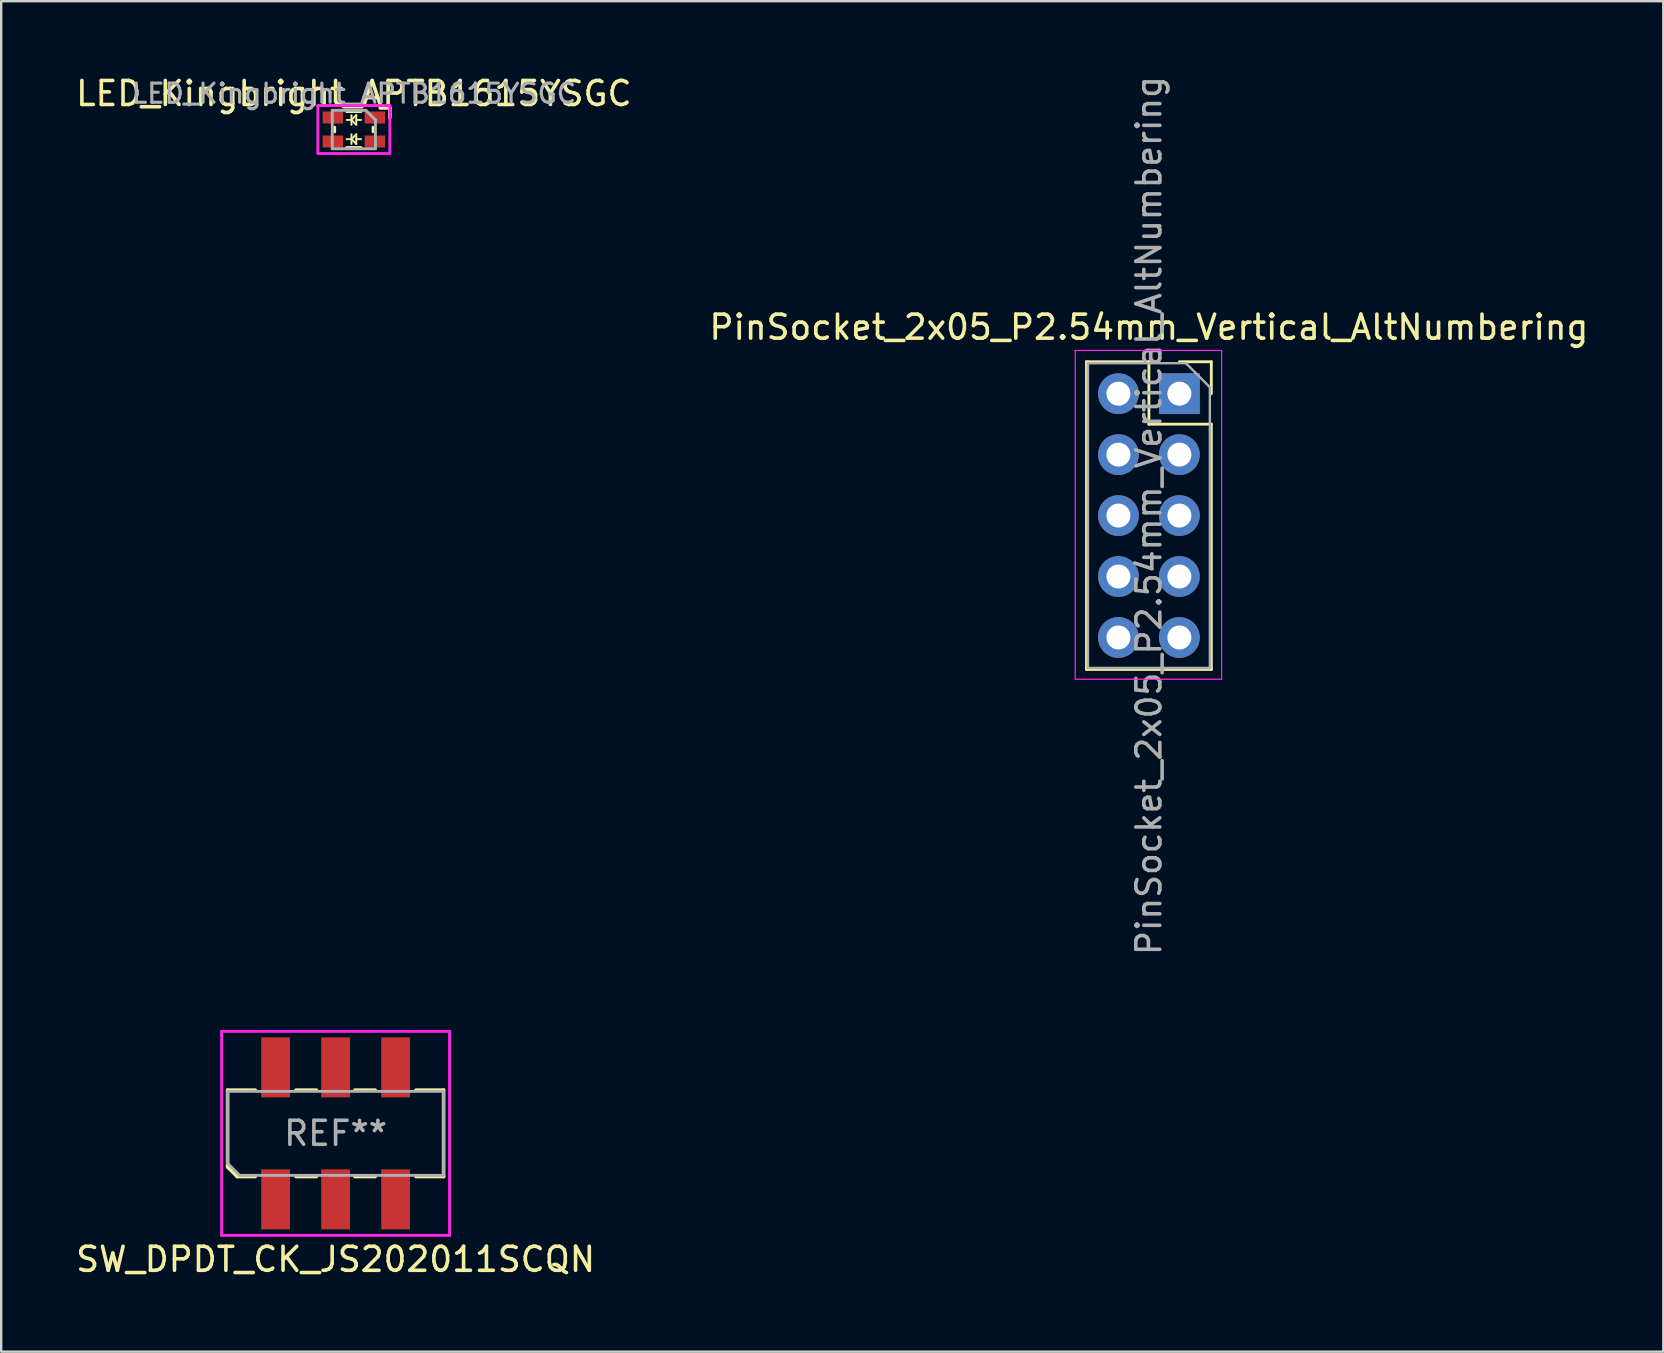
<source format=kicad_pcb>
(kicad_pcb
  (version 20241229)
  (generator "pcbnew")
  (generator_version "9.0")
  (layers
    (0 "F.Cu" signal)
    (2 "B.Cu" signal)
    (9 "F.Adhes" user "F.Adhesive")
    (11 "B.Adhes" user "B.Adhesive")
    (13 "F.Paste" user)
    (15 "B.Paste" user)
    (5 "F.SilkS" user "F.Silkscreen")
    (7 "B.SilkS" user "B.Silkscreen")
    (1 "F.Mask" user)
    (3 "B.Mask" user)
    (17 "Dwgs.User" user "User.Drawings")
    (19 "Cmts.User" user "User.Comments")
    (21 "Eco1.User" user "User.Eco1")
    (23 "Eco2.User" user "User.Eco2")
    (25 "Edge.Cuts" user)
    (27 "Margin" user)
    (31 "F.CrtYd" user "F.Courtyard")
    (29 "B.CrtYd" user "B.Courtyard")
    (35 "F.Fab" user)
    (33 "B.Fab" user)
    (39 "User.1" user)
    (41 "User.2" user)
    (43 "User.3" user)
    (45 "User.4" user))
  (footprint "LED_Kingbright_APTB1615YSGC"
    (layer "F.Cu")
    (at 11.696 2.348)
    (property "Reference" "LED_Kingbright_APTB1615YSGC" (at 0 -1.5 0) (layer "F.SilkS") (effects (font (size 1 1) (thickness 0.15))))
    (attr smd)
    (fp_line (start -0.8 -0.095) (end -0.8 0.095) (stroke (width 0.12) (type solid)) (layer "F.SilkS"))
    (fp_line (start -0.3 -0.75) (end 0.3 -0.75) (stroke (width 0.12) (type solid)) (layer "F.SilkS"))
    (fp_line (start -0.3 0.75) (end 0.3 0.75) (stroke (width 0.12) (type solid)) (layer "F.SilkS"))
    (fp_line (start -0.1 -0.6) (end -0.1 -0.2) (stroke (width 0.08) (type solid)) (layer "F.SilkS"))
    (fp_line (start -0.1 -0.4) (end -0.3 -0.4) (stroke (width 0.08) (type solid)) (layer "F.SilkS"))
    (fp_line (start -0.1 -0.4) (end 0.1 -0.6) (stroke (width 0.08) (type solid)) (layer "F.SilkS"))
    (fp_line (start -0.1 0.2) (end -0.1 0.6) (stroke (width 0.08) (type solid)) (layer "F.SilkS"))
    (fp_line (start -0.1 0.4) (end -0.3 0.4) (stroke (width 0.08) (type solid)) (layer "F.SilkS"))
    (fp_line (start -0.1 0.4) (end 0.1 0.2) (stroke (width 0.08) (type solid)) (layer "F.SilkS"))
    (fp_line (start 0.1 -0.6) (end 0.1 -0.2) (stroke (width 0.08) (type solid)) (layer "F.SilkS"))
    (fp_line (start 0.1 -0.4) (end 0.3 -0.4) (stroke (width 0.08) (type solid)) (layer "F.SilkS"))
    (fp_line (start 0.1 -0.2) (end -0.1 -0.4) (stroke (width 0.08) (type solid)) (layer "F.SilkS"))
    (fp_line (start 0.1 0.2) (end 0.1 0.6) (stroke (width 0.08) (type solid)) (layer "F.SilkS"))
    (fp_line (start 0.1 0.4) (end 0.3 0.4) (stroke (width 0.08) (type solid)) (layer "F.SilkS"))
    (fp_line (start 0.1 0.6) (end -0.1 0.4) (stroke (width 0.08) (type solid)) (layer "F.SilkS"))
    (fp_line (start 0.8 -0.095) (end 0.8 0.095) (stroke (width 0.12) (type solid)) (layer "F.SilkS"))
    (fp_line (start 1.5 -0.9) (end 1.1 -0.9) (stroke (width 0.15) (type solid)) (layer "F.SilkS"))
    (fp_line (start 1.5 -0.5) (end 1.5 -0.9) (stroke (width 0.15) (type solid)) (layer "F.SilkS"))
    (fp_line (start -1.5 -1) (end 1.5 -1) (stroke (width 0.12) (type solid)) (layer "F.CrtYd"))
    (fp_line (start -1.5 1) (end -1.5 -1) (stroke (width 0.12) (type solid)) (layer "F.CrtYd"))
    (fp_line (start 1.5 -1) (end 1.5 1) (stroke (width 0.12) (type solid)) (layer "F.CrtYd"))
    (fp_line (start 1.5 1) (end -1.5 1) (stroke (width 0.12) (type solid)) (layer "F.CrtYd"))
    (fp_line (start -0.9 -0.8) (end -0.9 0.8) (stroke (width 0.12) (type solid)) (layer "F.Fab"))
    (fp_line (start -0.9 0.8) (end 0.9 0.8) (stroke (width 0.12) (type solid)) (layer "F.Fab"))
    (fp_line (start 0.5 -0.8) (end -0.9 -0.8) (stroke (width 0.12) (type solid)) (layer "F.Fab"))
    (fp_line (start 0.9 -0.4) (end 0.5 -0.8) (stroke (width 0.12) (type solid)) (layer "F.Fab"))
    (fp_line (start 0.9 0.8) (end 0.9 -0.4) (stroke (width 0.12) (type solid)) (layer "F.Fab"))
    (fp_text user "${REFERENCE}" (at 0 -1.5 0) (layer "F.Fab") (effects (font (size 0.8 0.8) (thickness 0.13))))
    (pad "1" smd rect (at 0.875 -0.5) (size 0.85 0.5) (layers "F.Cu" "F.Mask" "F.Paste"))
    (pad "2" smd rect (at -0.875 -0.5) (size 0.85 0.5) (layers "F.Cu" "F.Mask" "F.Paste"))
    (pad "3" smd rect (at 0.875 0.5) (size 0.85 0.5) (layers "F.Cu" "F.Mask" "F.Paste"))
    (pad "4" smd rect (at -0.875 0.5) (size 0.85 0.5) (layers "F.Cu" "F.Mask" "F.Paste")))
  (footprint "SW_DPDT_CK_JS202011SCQN"
    (layer "F.Cu")
    (at 10.935 44.179)
    (property "Reference" "SW_DPDT_CK_JS202011SCQN" (at 0 5.25 0) (layer "F.SilkS") (effects (font (size 1 1) (thickness 0.15))))
    (attr smd)
    (fp_line (start -4.5 -1.8) (end -4.5 1.4) (stroke (width 0.15) (type solid)) (layer "F.SilkS"))
    (fp_line (start -4.5 -1.8) (end -3.35 -1.8) (stroke (width 0.15) (type solid)) (layer "F.SilkS"))
    (fp_line (start -4.1 1.8) (end -4.5 1.4) (stroke (width 0.15) (type solid)) (layer "F.SilkS"))
    (fp_line (start -4.1 1.8) (end -3.35 1.8) (stroke (width 0.15) (type solid)) (layer "F.SilkS"))
    (fp_line (start -1.65 -1.8) (end -0.8 -1.8) (stroke (width 0.15) (type solid)) (layer "F.SilkS"))
    (fp_line (start -1.65 1.8) (end -0.8 1.8) (stroke (width 0.15) (type solid)) (layer "F.SilkS"))
    (fp_line (start 0.8 -1.8) (end 1.65 -1.8) (stroke (width 0.15) (type solid)) (layer "F.SilkS"))
    (fp_line (start 0.8 1.8) (end 1.65 1.8) (stroke (width 0.15) (type solid)) (layer "F.SilkS"))
    (fp_line (start 3.35 -1.8) (end 4.5 -1.8) (stroke (width 0.15) (type solid)) (layer "F.SilkS"))
    (fp_line (start 3.35 1.8) (end 4.5 1.8) (stroke (width 0.15) (type solid)) (layer "F.SilkS"))
    (fp_line (start 4.5 -1.8) (end 4.5 1.8) (stroke (width 0.15) (type solid)) (layer "F.SilkS"))
    (fp_line (start -4.75 -4.25) (end 4.75 -4.25) (stroke (width 0.12) (type solid)) (layer "F.CrtYd"))
    (fp_line (start -4.75 4.25) (end -4.75 -4.25) (stroke (width 0.12) (type solid)) (layer "F.CrtYd"))
    (fp_line (start 4.75 -4.25) (end 4.75 4.25) (stroke (width 0.12) (type solid)) (layer "F.CrtYd"))
    (fp_line (start 4.75 4.25) (end -4.75 4.25) (stroke (width 0.12) (type solid)) (layer "F.CrtYd"))
    (fp_line (start -4.5 -1.75) (end 4.5 -1.75) (stroke (width 0.12) (type solid)) (layer "F.Fab"))
    (fp_line (start -4.5 1.25) (end -4.5 -1.75) (stroke (width 0.12) (type solid)) (layer "F.Fab"))
    (fp_line (start -4 1.75) (end -4.5 1.25) (stroke (width 0.12) (type solid)) (layer "F.Fab"))
    (fp_line (start 4.5 -1.75) (end 4.5 1.75) (stroke (width 0.12) (type solid)) (layer "F.Fab"))
    (fp_line (start 4.5 1.75) (end -4 1.75) (stroke (width 0.12) (type solid)) (layer "F.Fab"))
    (fp_text user "REF**" (at 0 0 0) (layer "F.Fab") (effects (font (size 1 1) (thickness 0.15))))
    (pad "1" smd rect (at -2.5 2.75) (size 1.2 2.5) (layers "F.Cu" "F.Mask" "F.Paste"))
    (pad "2" smd rect (at 0 2.75) (size 1.2 2.5) (layers "F.Cu" "F.Mask" "F.Paste"))
    (pad "3" smd rect (at 2.5 2.75) (size 1.2 2.5) (layers "F.Cu" "F.Mask" "F.Paste"))
    (pad "4" smd rect (at -2.5 -2.75) (size 1.2 2.5) (layers "F.Cu" "F.Mask" "F.Paste"))
    (pad "5" smd rect (at 0 -2.75) (size 1.2 2.5) (layers "F.Cu" "F.Mask" "F.Paste"))
    (pad "6" smd rect (at 2.5 -2.75) (size 1.2 2.5) (layers "F.Cu" "F.Mask" "F.Paste")))
  (footprint "PinSocket_2x05_P2.54mm_Vertical_AltNumbering"
    (layer "F.Cu")
    (at 46.097 13.355)
    (property "Reference" "PinSocket_2x05_P2.54mm_Vertical_AltNumbering" (at -1.27 -2.77 0) (layer "F.SilkS") (effects (font (size 1 1) (thickness 0.15))))
    (attr through_hole)
    (fp_line (start -3.87 -1.33) (end -3.87 11.49) (stroke (width 0.12) (type solid)) (layer "F.SilkS"))
    (fp_line (start -3.87 -1.33) (end -1.27 -1.33) (stroke (width 0.12) (type solid)) (layer "F.SilkS"))
    (fp_line (start -3.87 11.49) (end 1.33 11.49) (stroke (width 0.12) (type solid)) (layer "F.SilkS"))
    (fp_line (start -1.27 -1.33) (end -1.27 1.27) (stroke (width 0.12) (type solid)) (layer "F.SilkS"))
    (fp_line (start -1.27 1.27) (end 1.33 1.27) (stroke (width 0.12) (type solid)) (layer "F.SilkS"))
    (fp_line (start 0 -1.33) (end 1.33 -1.33) (stroke (width 0.12) (type solid)) (layer "F.SilkS"))
    (fp_line (start 1.33 -1.33) (end 1.33 0) (stroke (width 0.12) (type solid)) (layer "F.SilkS"))
    (fp_line (start 1.33 1.27) (end 1.33 11.49) (stroke (width 0.12) (type solid)) (layer "F.SilkS"))
    (fp_line (start -4.34 -1.8) (end 1.76 -1.8) (stroke (width 0.05) (type solid)) (layer "F.CrtYd"))
    (fp_line (start -4.34 11.9) (end -4.34 -1.8) (stroke (width 0.05) (type solid)) (layer "F.CrtYd"))
    (fp_line (start 1.76 -1.8) (end 1.76 11.9) (stroke (width 0.05) (type solid)) (layer "F.CrtYd"))
    (fp_line (start 1.76 11.9) (end -4.34 11.9) (stroke (width 0.05) (type solid)) (layer "F.CrtYd"))
    (fp_line (start -3.81 -1.27) (end 0.27 -1.27) (stroke (width 0.1) (type solid)) (layer "F.Fab"))
    (fp_line (start -3.81 11.43) (end -3.81 -1.27) (stroke (width 0.1) (type solid)) (layer "F.Fab"))
    (fp_line (start 0.27 -1.27) (end 1.27 -0.27) (stroke (width 0.1) (type solid)) (layer "F.Fab"))
    (fp_line (start 1.27 -0.27) (end 1.27 11.43) (stroke (width 0.1) (type solid)) (layer "F.Fab"))
    (fp_line (start 1.27 11.43) (end -3.81 11.43) (stroke (width 0.1) (type solid)) (layer "F.Fab"))
    (fp_text user "${REFERENCE}" (at -1.27 5.08 90) (layer "F.Fab") (effects (font (size 1 1) (thickness 0.15))))
    (pad "1" thru_hole rect (at 0 0) (size 1.7 1.7) (drill 1) (layers "*.Cu" "*.Mask"))
    (pad "2" thru_hole oval (at 0 2.54) (size 1.7 1.7) (drill 1) (layers "*.Cu" "*.Mask"))
    (pad "3" thru_hole oval (at 0 5.08) (size 1.7 1.7) (drill 1) (layers "*.Cu" "*.Mask"))
    (pad "4" thru_hole oval (at 0 7.62) (size 1.7 1.7) (drill 1) (layers "*.Cu" "*.Mask"))
    (pad "5" thru_hole oval (at 0 10.16) (size 1.7 1.7) (drill 1) (layers "*.Cu" "*.Mask"))
    (pad "6" thru_hole oval (at -2.54 0) (size 1.7 1.7) (drill 1) (layers "*.Cu" "*.Mask"))
    (pad "7" thru_hole oval (at -2.54 2.54) (size 1.7 1.7) (drill 1) (layers "*.Cu" "*.Mask"))
    (pad "8" thru_hole oval (at -2.54 5.08) (size 1.7 1.7) (drill 1) (layers "*.Cu" "*.Mask"))
    (pad "9" thru_hole oval (at -2.54 7.62) (size 1.7 1.7) (drill 1) (layers "*.Cu" "*.Mask"))
    (pad "10" thru_hole oval (at -2.54 10.16) (size 1.7 1.7) (drill 1) (layers "*.Cu" "*.Mask")))
  (gr_rect
    (start -3 -3)
    (end 66.262 53.277)
    (stroke (width 0.1) (type default))
    (fill no)
    (layer "Edge.Cuts")))
</source>
